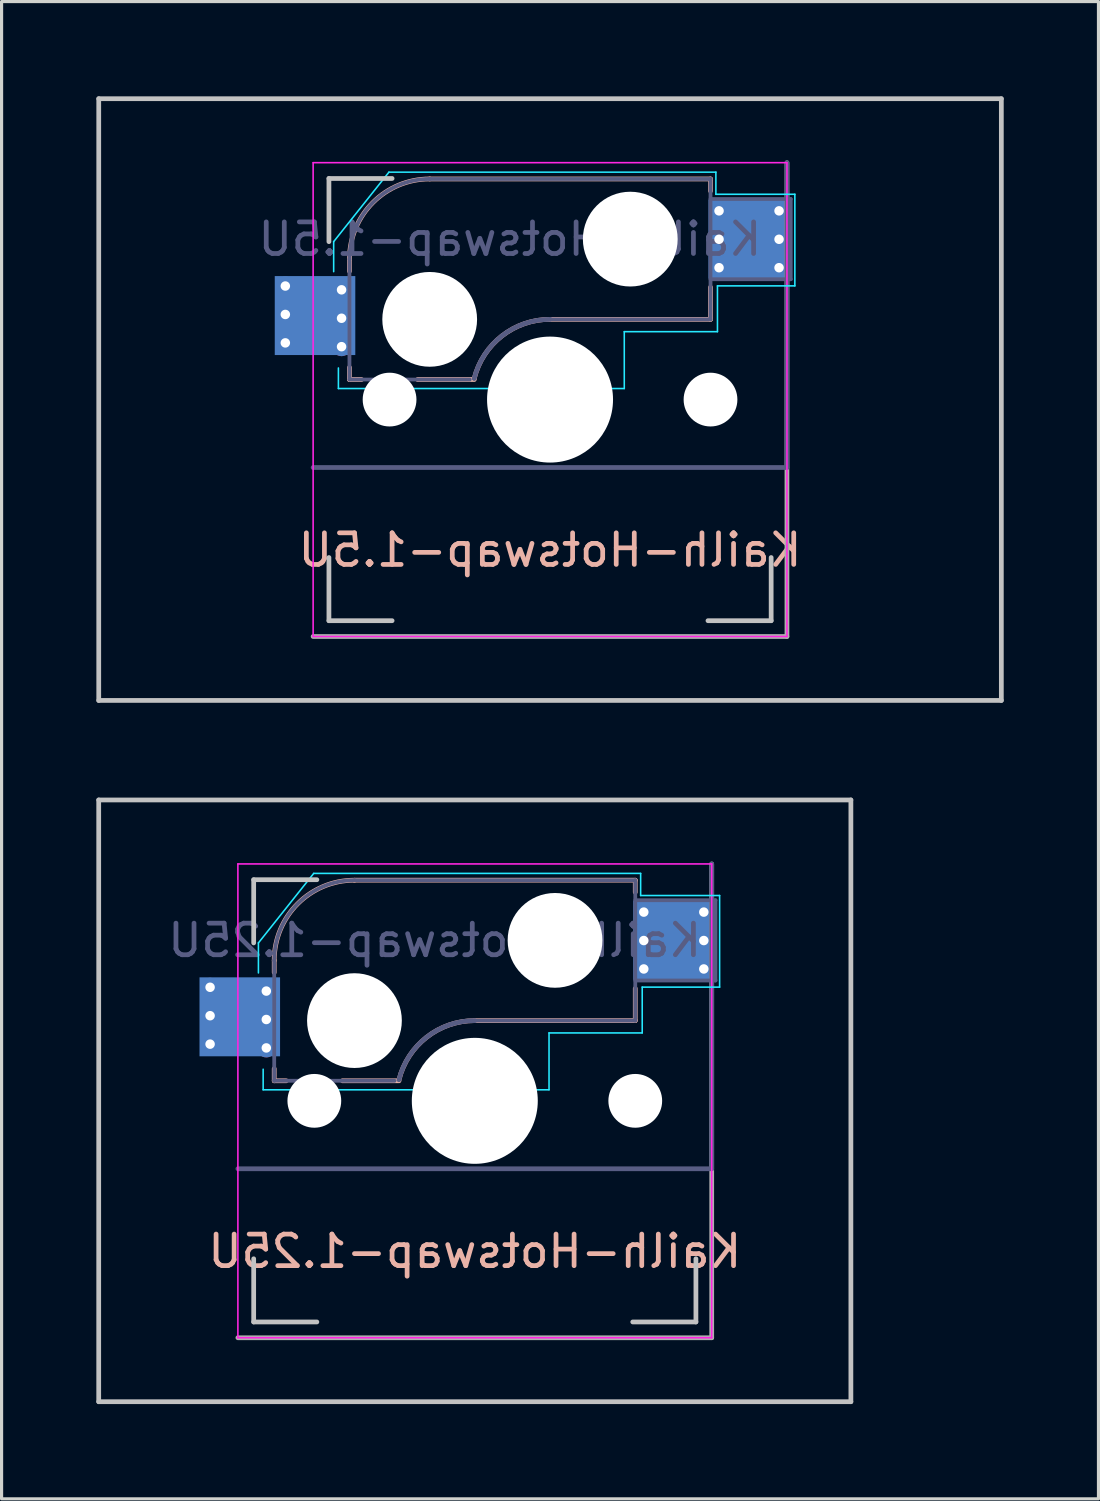
<source format=kicad_pcb>
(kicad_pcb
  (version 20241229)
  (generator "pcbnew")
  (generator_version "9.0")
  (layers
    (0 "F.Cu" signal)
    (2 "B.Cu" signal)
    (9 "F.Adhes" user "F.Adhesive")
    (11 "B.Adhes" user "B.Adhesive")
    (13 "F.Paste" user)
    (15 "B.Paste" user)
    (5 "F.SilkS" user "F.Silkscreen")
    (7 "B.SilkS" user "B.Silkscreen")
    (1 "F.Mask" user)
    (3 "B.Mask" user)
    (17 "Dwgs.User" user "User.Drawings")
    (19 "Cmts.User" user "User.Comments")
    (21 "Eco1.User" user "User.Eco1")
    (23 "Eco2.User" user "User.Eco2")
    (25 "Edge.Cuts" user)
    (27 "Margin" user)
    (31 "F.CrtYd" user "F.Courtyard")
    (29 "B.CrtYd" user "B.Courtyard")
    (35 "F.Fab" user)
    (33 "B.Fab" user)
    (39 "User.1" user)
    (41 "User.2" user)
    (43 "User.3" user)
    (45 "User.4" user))
  (footprint "Kailh-Hotswap-1.25U"
    (layer "F.Cu")
    (at 11.981 31.8)
    (property "Reference" "Kailh-Hotswap-1.25U" (at 0 4.763 0) (unlocked yes) (layer "B.SilkS") (effects (font (size 1 1) (thickness 0.15)) (justify mirror)))
    (attr smd)
    (fp_line (start -6.35 -4.445) (end -6.35 -4.064) (stroke (width 0.15) (type solid)) (layer "B.SilkS"))
    (fp_line (start -6.35 -1.016) (end -6.35 -0.635) (stroke (width 0.15) (type solid)) (layer "B.SilkS"))
    (fp_line (start -6.35 -0.635) (end -5.969 -0.635) (stroke (width 0.15) (type solid)) (layer "B.SilkS"))
    (fp_line (start -4.191 -0.635) (end -2.4 -0.635) (stroke (width 0.15) (type solid)) (layer "B.SilkS"))
    (fp_line (start 0 -2.54) (end 5.08 -2.54) (stroke (width 0.15) (type solid)) (layer "B.SilkS"))
    (fp_line (start 5.08 -6.985) (end -3.81 -6.985) (stroke (width 0.15) (type solid)) (layer "B.SilkS"))
    (fp_line (start 5.08 -6.604) (end 5.08 -6.985) (stroke (width 0.15) (type solid)) (layer "B.SilkS"))
    (fp_line (start 5.08 -2.54) (end 5.08 -3.556) (stroke (width 0.15) (type solid)) (layer "B.SilkS"))
    (fp_arc (start -6.35 -4.445) (mid -5.606051 -6.241051) (end -3.81 -6.985) (stroke (width 0.15) (type solid)) (layer "B.SilkS"))
    (fp_arc (start -2.399998 -0.666137) (mid -1.521828 -2.016531) (end 0.001565 -2.54) (stroke (width 0.15) (type solid)) (layer "B.SilkS"))
    (fp_line (start -11.906 -9.525) (end 11.906 -9.525) (stroke (width 0.15) (type solid)) (layer "Dwgs.User"))
    (fp_line (start -11.906 9.525) (end -11.906 -9.525) (stroke (width 0.15) (type solid)) (layer "Dwgs.User"))
    (fp_line (start -7 -7) (end -5 -7) (stroke (width 0.15) (type solid)) (layer "Dwgs.User"))
    (fp_line (start -7 -5) (end -7 -7) (stroke (width 0.15) (type solid)) (layer "Dwgs.User"))
    (fp_line (start -7 7) (end -7 5) (stroke (width 0.15) (type solid)) (layer "Dwgs.User"))
    (fp_line (start -5 7) (end -7 7) (stroke (width 0.15) (type solid)) (layer "Dwgs.User"))
    (fp_line (start 5 7) (end 7 7) (stroke (width 0.15) (type solid)) (layer "Dwgs.User"))
    (fp_line (start 7 7) (end 7 5) (stroke (width 0.15) (type solid)) (layer "Dwgs.User"))
    (fp_line (start 11.906 -9.525) (end 11.906 9.525) (stroke (width 0.15) (type solid)) (layer "Dwgs.User"))
    (fp_line (start 11.906 9.525) (end -11.906 9.525) (stroke (width 0.15) (type solid)) (layer "Dwgs.User"))
    (fp_line (start -6.85 -4.05) (end -6.85 -5) (stroke (width 0.05) (type solid)) (layer "B.CrtYd"))
    (fp_line (start -6.7 -0.35) (end -6.7 -1) (stroke (width 0.05) (type solid)) (layer "B.CrtYd"))
    (fp_line (start -6.7 -0.35) (end 2.35 -0.35) (stroke (width 0.05) (type solid)) (layer "B.CrtYd"))
    (fp_line (start -5.1 -7.2) (end -6.85 -5) (stroke (width 0.05) (type solid)) (layer "B.CrtYd"))
    (fp_line (start -5.1 -7.2) (end 5.25 -7.2) (stroke (width 0.05) (type solid)) (layer "B.CrtYd"))
    (fp_line (start 2.35 -2.15) (end 2.35 -0.35) (stroke (width 0.05) (type solid)) (layer "B.CrtYd"))
    (fp_line (start 2.35 -2.15) (end 5.3 -2.15) (stroke (width 0.05) (type solid)) (layer "B.CrtYd"))
    (fp_line (start 5.25 -7.2) (end 5.25 -6.5) (stroke (width 0.05) (type solid)) (layer "B.CrtYd"))
    (fp_line (start 5.3 -2.15) (end 5.3 -3.6) (stroke (width 0.05) (type solid)) (layer "B.CrtYd"))
    (fp_line (start 7.75 -6.5) (end 5.25 -6.5) (stroke (width 0.05) (type solid)) (layer "B.CrtYd"))
    (fp_line (start 7.75 -6.5) (end 7.75 -3.6) (stroke (width 0.05) (type solid)) (layer "B.CrtYd"))
    (fp_line (start 7.75 -3.6) (end 5.3 -3.6) (stroke (width 0.05) (type solid)) (layer "B.CrtYd"))
    (fp_line (start -7.5 -7.5) (end 7.5 -7.5) (stroke (width 0.05) (type solid)) (layer "F.CrtYd"))
    (fp_line (start -7.5 7.5) (end -7.5 -7.5) (stroke (width 0.05) (type solid)) (layer "F.CrtYd"))
    (fp_line (start -7.5 7.5) (end 7.5 7.5) (stroke (width 0.05) (type solid)) (layer "F.CrtYd"))
    (fp_line (start 7.5 -7.5) (end 7.5 7.5) (stroke (width 0.05) (type solid)) (layer "F.CrtYd"))
    (fp_line (start -7.5 2.15) (end 7.5 2.15) (stroke (width 0.15) (type solid)) (layer "B.Fab"))
    (fp_line (start -6.35 -0.635) (end -6.35 -4.445) (stroke (width 0.12) (type solid)) (layer "B.Fab"))
    (fp_line (start -3.81 -6.985) (end 5.08 -6.985) (stroke (width 0.12) (type solid)) (layer "B.Fab"))
    (fp_line (start -2.54 -0.635) (end -6.35 -0.635) (stroke (width 0.12) (type solid)) (layer "B.Fab"))
    (fp_line (start 5.08 -6.985) (end 5.08 -2.54) (stroke (width 0.12) (type solid)) (layer "B.Fab"))
    (fp_line (start 5.08 -6.35) (end 7.62 -6.35) (stroke (width 0.12) (type solid)) (layer "B.Fab"))
    (fp_line (start 5.08 -2.54) (end 0 -2.54) (stroke (width 0.12) (type solid)) (layer "B.Fab"))
    (fp_line (start 7.5 2.15) (end 7.5 -7.5) (stroke (width 0.15) (type solid)) (layer "B.Fab"))
    (fp_line (start 7.62 -6.35) (end 7.62 -3.81) (stroke (width 0.12) (type solid)) (layer "B.Fab"))
    (fp_line (start 7.62 -3.81) (end 5.08 -3.81) (stroke (width 0.12) (type solid)) (layer "B.Fab"))
    (fp_arc (start -6.35 -4.445) (mid -5.606051 -6.241051) (end -3.81 -6.985) (stroke (width 0.12) (type solid)) (layer "B.Fab"))
    (fp_arc (start -2.401563 -0.666137) (mid -1.523393 -2.016531) (end 0 -2.54) (stroke (width 0.15) (type solid)) (layer "B.Fab"))
    (fp_line (start -7.5 7.5) (end 7.5 7.5) (stroke (width 0.15) (type solid)) (layer "F.Fab"))
    (fp_line (start 7.5 7.5) (end 7.5 -7.5) (stroke (width 0.15) (type solid)) (layer "F.Fab"))
    (fp_text user "${REFERENCE}" (at -1.27 -5.08 180) (layer "B.Fab") (effects (font (size 1 1) (thickness 0.15)) (justify mirror)))
    (pad "" np_thru_hole circle (at -5.08 0 180) (size 1.702 1.702) (drill 1.702) (layers "*.Cu" "*.Mask"))
    (pad "" np_thru_hole circle (at -3.81 -2.54 180) (size 3 3) (drill 3) (layers "*.Cu" "*.Mask"))
    (pad "" np_thru_hole circle (at 0 0 180) (size 3.988 3.988) (drill 3.988) (layers "*.Cu" "*.Mask"))
    (pad "" np_thru_hole circle (at 2.54 -5.08 180) (size 3 3) (drill 3) (layers "*.Cu" "*.Mask"))
    (pad "" np_thru_hole circle (at 5.08 0 180) (size 1.702 1.702) (drill 1.702) (layers "*.Cu" "*.Mask"))
    (pad "1" thru_hole circle (at 5.35 -5.975 180) (size 0.6 0.6) (drill 0.3) (layers "*.Cu" "B.Mask"))
    (pad "1" thru_hole circle (at 5.35 -5.075 180) (size 0.6 0.6) (drill 0.3) (layers "*.Cu" "B.Mask"))
    (pad "1" thru_hole circle (at 5.35 -4.175 180) (size 0.6 0.6) (drill 0.3) (layers "*.Cu" "B.Mask"))
    (pad "1" smd rect (at 6.29 -5.08 180) (size 2.55 2.5) (layers "B.Cu" "B.Mask" "B.Paste"))
    (pad "1" thru_hole circle (at 7.25 -5.975 180) (size 0.6 0.6) (drill 0.3) (layers "*.Cu" "B.Mask"))
    (pad "1" thru_hole circle (at 7.25 -5.075 180) (size 0.6 0.6) (drill 0.3) (layers "*.Cu" "B.Mask"))
    (pad "1" thru_hole circle (at 7.25 -4.175 180) (size 0.6 0.6) (drill 0.3) (layers "*.Cu" "B.Mask"))
    (pad "2" thru_hole circle (at -8.38 -3.595 180) (size 0.6 0.6) (drill 0.3) (layers "*.Cu" "B.Mask"))
    (pad "2" thru_hole circle (at -8.38 -2.695 180) (size 0.6 0.6) (drill 0.3) (layers "*.Cu" "B.Mask"))
    (pad "2" thru_hole circle (at -8.38 -1.795 180) (size 0.6 0.6) (drill 0.3) (layers "*.Cu" "B.Mask"))
    (pad "2" smd rect (at -7.44 -2.66 180) (size 2.55 2.5) (layers "B.Cu" "B.Mask" "B.Paste"))
    (pad "2" thru_hole circle (at -6.6 -3.475 180) (size 0.6 0.6) (drill 0.3) (layers "*.Cu" "B.Mask"))
    (pad "2" thru_hole circle (at -6.6 -2.575 180) (size 0.6 0.6) (drill 0.3) (layers "*.Cu" "B.Mask"))
    (pad "2" thru_hole circle (at -6.6 -1.675 180) (size 0.6 0.6) (drill 0.3) (layers "*.Cu" "B.Mask")))
  (footprint "Kailh-Hotswap-1.5U"
    (layer "F.Cu")
    (at 14.363 9.6)
    (property "Reference" "Kailh-Hotswap-1.5U" (at 0 4.763 0) (unlocked yes) (layer "B.SilkS") (effects (font (size 1 1) (thickness 0.15)) (justify mirror)))
    (attr smd)
    (fp_line (start -6.35 -4.445) (end -6.35 -4.064) (stroke (width 0.15) (type solid)) (layer "B.SilkS"))
    (fp_line (start -6.35 -1.016) (end -6.35 -0.635) (stroke (width 0.15) (type solid)) (layer "B.SilkS"))
    (fp_line (start -6.35 -0.635) (end -5.969 -0.635) (stroke (width 0.15) (type solid)) (layer "B.SilkS"))
    (fp_line (start -4.191 -0.635) (end -2.4 -0.635) (stroke (width 0.15) (type solid)) (layer "B.SilkS"))
    (fp_line (start 0 -2.54) (end 5.08 -2.54) (stroke (width 0.15) (type solid)) (layer "B.SilkS"))
    (fp_line (start 5.08 -6.985) (end -3.81 -6.985) (stroke (width 0.15) (type solid)) (layer "B.SilkS"))
    (fp_line (start 5.08 -6.604) (end 5.08 -6.985) (stroke (width 0.15) (type solid)) (layer "B.SilkS"))
    (fp_line (start 5.08 -2.54) (end 5.08 -3.556) (stroke (width 0.15) (type solid)) (layer "B.SilkS"))
    (fp_arc (start -6.35 -4.445) (mid -5.606051 -6.241051) (end -3.81 -6.985) (stroke (width 0.15) (type solid)) (layer "B.SilkS"))
    (fp_arc (start -2.399998 -0.666137) (mid -1.521828 -2.016531) (end 0.001565 -2.54) (stroke (width 0.15) (type solid)) (layer "B.SilkS"))
    (fp_line (start -14.287 -9.525) (end 14.287 -9.525) (stroke (width 0.15) (type solid)) (layer "Dwgs.User"))
    (fp_line (start -14.287 9.525) (end -14.287 -9.525) (stroke (width 0.15) (type solid)) (layer "Dwgs.User"))
    (fp_line (start -7 -7) (end -5 -7) (stroke (width 0.15) (type solid)) (layer "Dwgs.User"))
    (fp_line (start -7 -5) (end -7 -7) (stroke (width 0.15) (type solid)) (layer "Dwgs.User"))
    (fp_line (start -7 7) (end -7 5) (stroke (width 0.15) (type solid)) (layer "Dwgs.User"))
    (fp_line (start -5 7) (end -7 7) (stroke (width 0.15) (type solid)) (layer "Dwgs.User"))
    (fp_line (start 5 7) (end 7 7) (stroke (width 0.15) (type solid)) (layer "Dwgs.User"))
    (fp_line (start 7 7) (end 7 5) (stroke (width 0.15) (type solid)) (layer "Dwgs.User"))
    (fp_line (start 14.287 -9.525) (end 14.287 9.525) (stroke (width 0.15) (type solid)) (layer "Dwgs.User"))
    (fp_line (start 14.287 9.525) (end -14.287 9.525) (stroke (width 0.15) (type solid)) (layer "Dwgs.User"))
    (fp_line (start -6.85 -4.05) (end -6.85 -5) (stroke (width 0.05) (type solid)) (layer "B.CrtYd"))
    (fp_line (start -6.7 -0.35) (end -6.7 -1) (stroke (width 0.05) (type solid)) (layer "B.CrtYd"))
    (fp_line (start -6.7 -0.35) (end 2.35 -0.35) (stroke (width 0.05) (type solid)) (layer "B.CrtYd"))
    (fp_line (start -5.1 -7.2) (end -6.85 -5) (stroke (width 0.05) (type solid)) (layer "B.CrtYd"))
    (fp_line (start -5.1 -7.2) (end 5.25 -7.2) (stroke (width 0.05) (type solid)) (layer "B.CrtYd"))
    (fp_line (start 2.35 -2.15) (end 2.35 -0.35) (stroke (width 0.05) (type solid)) (layer "B.CrtYd"))
    (fp_line (start 2.35 -2.15) (end 5.3 -2.15) (stroke (width 0.05) (type solid)) (layer "B.CrtYd"))
    (fp_line (start 5.25 -7.2) (end 5.25 -6.5) (stroke (width 0.05) (type solid)) (layer "B.CrtYd"))
    (fp_line (start 5.3 -2.15) (end 5.3 -3.6) (stroke (width 0.05) (type solid)) (layer "B.CrtYd"))
    (fp_line (start 7.75 -6.5) (end 5.25 -6.5) (stroke (width 0.05) (type solid)) (layer "B.CrtYd"))
    (fp_line (start 7.75 -6.5) (end 7.75 -3.6) (stroke (width 0.05) (type solid)) (layer "B.CrtYd"))
    (fp_line (start 7.75 -3.6) (end 5.3 -3.6) (stroke (width 0.05) (type solid)) (layer "B.CrtYd"))
    (fp_line (start -7.5 -7.5) (end 7.5 -7.5) (stroke (width 0.05) (type solid)) (layer "F.CrtYd"))
    (fp_line (start -7.5 7.5) (end -7.5 -7.5) (stroke (width 0.05) (type solid)) (layer "F.CrtYd"))
    (fp_line (start -7.5 7.5) (end 7.5 7.5) (stroke (width 0.05) (type solid)) (layer "F.CrtYd"))
    (fp_line (start 7.5 -7.5) (end 7.5 7.5) (stroke (width 0.05) (type solid)) (layer "F.CrtYd"))
    (fp_line (start -7.5 2.15) (end 7.5 2.15) (stroke (width 0.15) (type solid)) (layer "B.Fab"))
    (fp_line (start -6.35 -0.635) (end -6.35 -4.445) (stroke (width 0.12) (type solid)) (layer "B.Fab"))
    (fp_line (start -3.81 -6.985) (end 5.08 -6.985) (stroke (width 0.12) (type solid)) (layer "B.Fab"))
    (fp_line (start -2.54 -0.635) (end -6.35 -0.635) (stroke (width 0.12) (type solid)) (layer "B.Fab"))
    (fp_line (start 5.08 -6.985) (end 5.08 -2.54) (stroke (width 0.12) (type solid)) (layer "B.Fab"))
    (fp_line (start 5.08 -6.35) (end 7.62 -6.35) (stroke (width 0.12) (type solid)) (layer "B.Fab"))
    (fp_line (start 5.08 -2.54) (end 0 -2.54) (stroke (width 0.12) (type solid)) (layer "B.Fab"))
    (fp_line (start 7.5 2.15) (end 7.5 -7.5) (stroke (width 0.15) (type solid)) (layer "B.Fab"))
    (fp_line (start 7.62 -6.35) (end 7.62 -3.81) (stroke (width 0.12) (type solid)) (layer "B.Fab"))
    (fp_line (start 7.62 -3.81) (end 5.08 -3.81) (stroke (width 0.12) (type solid)) (layer "B.Fab"))
    (fp_arc (start -6.35 -4.445) (mid -5.606051 -6.241051) (end -3.81 -6.985) (stroke (width 0.12) (type solid)) (layer "B.Fab"))
    (fp_arc (start -2.401563 -0.666137) (mid -1.523393 -2.016531) (end 0 -2.54) (stroke (width 0.15) (type solid)) (layer "B.Fab"))
    (fp_line (start -7.5 7.5) (end 7.5 7.5) (stroke (width 0.15) (type solid)) (layer "F.Fab"))
    (fp_line (start 7.5 7.5) (end 7.5 -7.5) (stroke (width 0.15) (type solid)) (layer "F.Fab"))
    (fp_text user "${REFERENCE}" (at -1.27 -5.08 180) (layer "B.Fab") (effects (font (size 1 1) (thickness 0.15)) (justify mirror)))
    (pad "" np_thru_hole circle (at -5.08 0 180) (size 1.702 1.702) (drill 1.702) (layers "*.Cu" "*.Mask"))
    (pad "" np_thru_hole circle (at -3.81 -2.54 180) (size 3 3) (drill 3) (layers "*.Cu" "*.Mask"))
    (pad "" np_thru_hole circle (at 0 0 180) (size 3.988 3.988) (drill 3.988) (layers "*.Cu" "*.Mask"))
    (pad "" np_thru_hole circle (at 2.54 -5.08 180) (size 3 3) (drill 3) (layers "*.Cu" "*.Mask"))
    (pad "" np_thru_hole circle (at 5.08 0 180) (size 1.702 1.702) (drill 1.702) (layers "*.Cu" "*.Mask"))
    (pad "1" thru_hole circle (at 5.35 -5.975 180) (size 0.6 0.6) (drill 0.3) (layers "*.Cu" "B.Mask"))
    (pad "1" thru_hole circle (at 5.35 -5.075 180) (size 0.6 0.6) (drill 0.3) (layers "*.Cu" "B.Mask"))
    (pad "1" thru_hole circle (at 5.35 -4.175 180) (size 0.6 0.6) (drill 0.3) (layers "*.Cu" "B.Mask"))
    (pad "1" smd rect (at 6.29 -5.08 180) (size 2.55 2.5) (layers "B.Cu" "B.Mask" "B.Paste"))
    (pad "1" thru_hole circle (at 7.25 -5.975 180) (size 0.6 0.6) (drill 0.3) (layers "*.Cu" "B.Mask"))
    (pad "1" thru_hole circle (at 7.25 -5.075 180) (size 0.6 0.6) (drill 0.3) (layers "*.Cu" "B.Mask"))
    (pad "1" thru_hole circle (at 7.25 -4.175 180) (size 0.6 0.6) (drill 0.3) (layers "*.Cu" "B.Mask"))
    (pad "2" thru_hole circle (at -8.38 -3.595 180) (size 0.6 0.6) (drill 0.3) (layers "*.Cu" "B.Mask"))
    (pad "2" thru_hole circle (at -8.38 -2.695 180) (size 0.6 0.6) (drill 0.3) (layers "*.Cu" "B.Mask"))
    (pad "2" thru_hole circle (at -8.38 -1.795 180) (size 0.6 0.6) (drill 0.3) (layers "*.Cu" "B.Mask"))
    (pad "2" smd rect (at -7.44 -2.66 180) (size 2.55 2.5) (layers "B.Cu" "B.Mask" "B.Paste"))
    (pad "2" thru_hole circle (at -6.6 -3.475 180) (size 0.6 0.6) (drill 0.3) (layers "*.Cu" "B.Mask"))
    (pad "2" thru_hole circle (at -6.6 -2.575 180) (size 0.6 0.6) (drill 0.3) (layers "*.Cu" "B.Mask"))
    (pad "2" thru_hole circle (at -6.6 -1.675 180) (size 0.6 0.6) (drill 0.3) (layers "*.Cu" "B.Mask")))
  (gr_rect
    (start -3 -3)
    (end 31.725 44.4)
    (stroke (width 0.1) (type default))
    (fill no)
    (layer "Edge.Cuts")))
</source>
